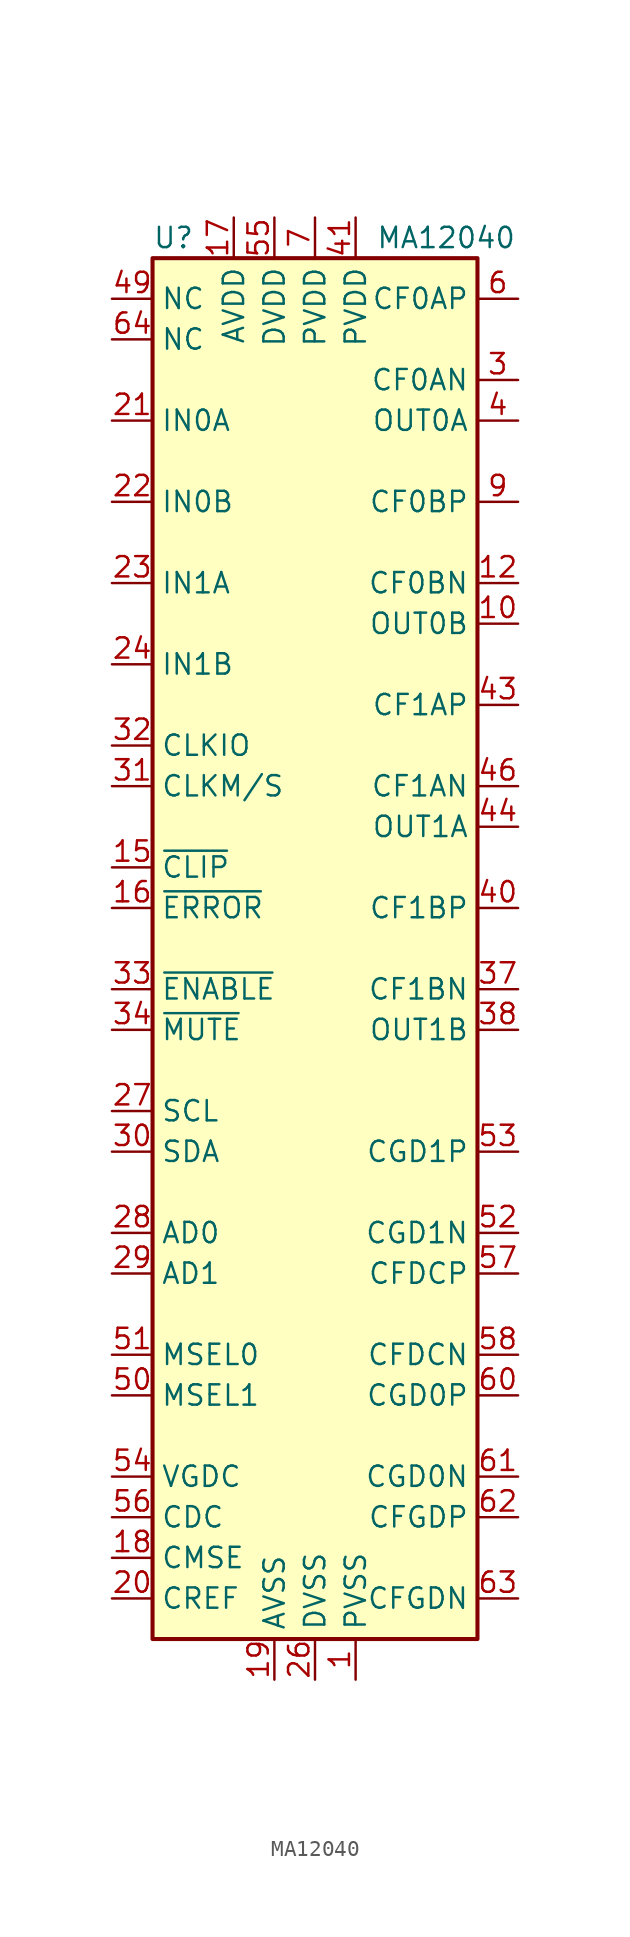
<source format=kicad_sym>
(kicad_symbol_lib
  (version 20211014)
  (generator kicad_symbol_editor)
  (symbol "MA12040"
    (property "Reference" "U"
      (at -10.16 44.45 0)
      (effects (font (size 1.27 1.27)) (justify left)))
    (property "Value" "MA12040"
      (at 3.81 44.45 0)
      (effects (font (size 1.27 1.27)) (justify left)))
    (symbol "MA12040_0_1"
      (rectangle (start -10.16 -43.18) (end 10.16 43.18) (stroke (width 0.254) (type default) (color 0 0 0 0)) (fill (type background))))
    (symbol "MA12040_1_1"
      (pin power_in line (at 2.54 -45.72 90) (length 2.54) (name "PVSS" (effects (font (size 1.27 1.27)))) (number "1" (effects (font (size 1.27 1.27)))))
      (pin output line (at 12.7 20.32 180) (length 2.54) (name "OUT0B" (effects (font (size 1.27 1.27)))) (number "10" (effects (font (size 1.27 1.27)))))
      (pin passive line (at 12.7 20.32 180) (length 2.54) hide (name "OUT0B" (effects (font (size 1.27 1.27)))) (number "11" (effects (font (size 1.27 1.27)))))
      (pin passive line (at 12.7 22.86 180) (length 2.54) (name "CF0BN" (effects (font (size 1.27 1.27)))) (number "12" (effects (font (size 1.27 1.27)))))
      (pin passive line (at 2.54 -45.72 90) (length 2.54) hide (name "PVSS" (effects (font (size 1.27 1.27)))) (number "13" (effects (font (size 1.27 1.27)))))
      (pin passive line (at 2.54 -45.72 90) (length 2.54) hide (name "PVSS" (effects (font (size 1.27 1.27)))) (number "14" (effects (font (size 1.27 1.27)))))
      (pin output line (at -12.7 5.08 0) (length 2.54) (name "~{CLIP}" (effects (font (size 1.27 1.27)))) (number "15" (effects (font (size 1.27 1.27)))))
      (pin output line (at -12.7 2.54 0) (length 2.54) (name "~{ERROR}" (effects (font (size 1.27 1.27)))) (number "16" (effects (font (size 1.27 1.27)))))
      (pin power_in line (at -5.08 45.72 270) (length 2.54) (name "AVDD" (effects (font (size 1.27 1.27)))) (number "17" (effects (font (size 1.27 1.27)))))
      (pin passive line (at -12.7 -38.1 0) (length 2.54) (name "CMSE" (effects (font (size 1.27 1.27)))) (number "18" (effects (font (size 1.27 1.27)))))
      (pin power_in line (at -2.54 -45.72 90) (length 2.54) (name "AVSS" (effects (font (size 1.27 1.27)))) (number "19" (effects (font (size 1.27 1.27)))))
      (pin passive line (at 2.54 -45.72 90) (length 2.54) hide (name "PVSS" (effects (font (size 1.27 1.27)))) (number "2" (effects (font (size 1.27 1.27)))))
      (pin passive line (at -12.7 -40.64 0) (length 2.54) (name "CREF" (effects (font (size 1.27 1.27)))) (number "20" (effects (font (size 1.27 1.27)))))
      (pin input line (at -12.7 33.02 0) (length 2.54) (name "IN0A" (effects (font (size 1.27 1.27)))) (number "21" (effects (font (size 1.27 1.27)))))
      (pin input line (at -12.7 27.94 0) (length 2.54) (name "IN0B" (effects (font (size 1.27 1.27)))) (number "22" (effects (font (size 1.27 1.27)))))
      (pin input line (at -12.7 22.86 0) (length 2.54) (name "IN1A" (effects (font (size 1.27 1.27)))) (number "23" (effects (font (size 1.27 1.27)))))
      (pin input line (at -12.7 17.78 0) (length 2.54) (name "IN1B" (effects (font (size 1.27 1.27)))) (number "24" (effects (font (size 1.27 1.27)))))
      (pin passive line (at -2.54 -45.72 90) (length 2.54) hide (name "AVSS" (effects (font (size 1.27 1.27)))) (number "25" (effects (font (size 1.27 1.27)))))
      (pin power_in line (at 0 -45.72 90) (length 2.54) (name "DVSS" (effects (font (size 1.27 1.27)))) (number "26" (effects (font (size 1.27 1.27)))))
      (pin input line (at -12.7 -10.16 0) (length 2.54) (name "SCL" (effects (font (size 1.27 1.27)))) (number "27" (effects (font (size 1.27 1.27)))))
      (pin input line (at -12.7 -17.78 0) (length 2.54) (name "AD0" (effects (font (size 1.27 1.27)))) (number "28" (effects (font (size 1.27 1.27)))))
      (pin input line (at -12.7 -20.32 0) (length 2.54) (name "AD1" (effects (font (size 1.27 1.27)))) (number "29" (effects (font (size 1.27 1.27)))))
      (pin passive line (at 12.7 35.56 180) (length 2.54) (name "CF0AN" (effects (font (size 1.27 1.27)))) (number "3" (effects (font (size 1.27 1.27)))))
      (pin bidirectional line (at -12.7 -12.7 0) (length 2.54) (name "SDA" (effects (font (size 1.27 1.27)))) (number "30" (effects (font (size 1.27 1.27)))))
      (pin input line (at -12.7 10.16 0) (length 2.54) (name "CLKM/S" (effects (font (size 1.27 1.27)))) (number "31" (effects (font (size 1.27 1.27)))))
      (pin bidirectional line (at -12.7 12.7 0) (length 2.54) (name "CLKIO" (effects (font (size 1.27 1.27)))) (number "32" (effects (font (size 1.27 1.27)))))
      (pin input line (at -12.7 -2.54 0) (length 2.54) (name "~{ENABLE}" (effects (font (size 1.27 1.27)))) (number "33" (effects (font (size 1.27 1.27)))))
      (pin input line (at -12.7 -5.08 0) (length 2.54) (name "~{MUTE}" (effects (font (size 1.27 1.27)))) (number "34" (effects (font (size 1.27 1.27)))))
      (pin passive line (at 2.54 -45.72 90) (length 2.54) hide (name "PVSS" (effects (font (size 1.27 1.27)))) (number "35" (effects (font (size 1.27 1.27)))))
      (pin passive line (at 2.54 -45.72 90) (length 2.54) hide (name "PVSS" (effects (font (size 1.27 1.27)))) (number "36" (effects (font (size 1.27 1.27)))))
      (pin passive line (at 12.7 -2.54 180) (length 2.54) (name "CF1BN" (effects (font (size 1.27 1.27)))) (number "37" (effects (font (size 1.27 1.27)))))
      (pin output line (at 12.7 -5.08 180) (length 2.54) (name "OUT1B" (effects (font (size 1.27 1.27)))) (number "38" (effects (font (size 1.27 1.27)))))
      (pin passive line (at 12.7 -5.08 180) (length 2.54) hide (name "OUT1B" (effects (font (size 1.27 1.27)))) (number "39" (effects (font (size 1.27 1.27)))))
      (pin output line (at 12.7 33.02 180) (length 2.54) (name "OUT0A" (effects (font (size 1.27 1.27)))) (number "4" (effects (font (size 1.27 1.27)))))
      (pin passive line (at 12.7 2.54 180) (length 2.54) (name "CF1BP" (effects (font (size 1.27 1.27)))) (number "40" (effects (font (size 1.27 1.27)))))
      (pin power_in line (at 2.54 45.72 270) (length 2.54) (name "PVDD" (effects (font (size 1.27 1.27)))) (number "41" (effects (font (size 1.27 1.27)))))
      (pin passive line (at 2.54 45.72 270) (length 2.54) hide (name "PVDD" (effects (font (size 1.27 1.27)))) (number "42" (effects (font (size 1.27 1.27)))))
      (pin passive line (at 12.7 15.24 180) (length 2.54) (name "CF1AP" (effects (font (size 1.27 1.27)))) (number "43" (effects (font (size 1.27 1.27)))))
      (pin output line (at 12.7 7.62 180) (length 2.54) (name "OUT1A" (effects (font (size 1.27 1.27)))) (number "44" (effects (font (size 1.27 1.27)))))
      (pin passive line (at 12.7 7.62 180) (length 2.54) hide (name "OUT1A" (effects (font (size 1.27 1.27)))) (number "45" (effects (font (size 1.27 1.27)))))
      (pin passive line (at 12.7 10.16 180) (length 2.54) (name "CF1AN" (effects (font (size 1.27 1.27)))) (number "46" (effects (font (size 1.27 1.27)))))
      (pin passive line (at 2.54 -45.72 90) (length 2.54) hide (name "PVSS" (effects (font (size 1.27 1.27)))) (number "47" (effects (font (size 1.27 1.27)))))
      (pin passive line (at 2.54 -45.72 90) (length 2.54) hide (name "PVSS" (effects (font (size 1.27 1.27)))) (number "48" (effects (font (size 1.27 1.27)))))
      (pin passive line (at -12.7 40.64 0) (length 2.54) (name "NC" (effects (font (size 1.27 1.27)))) (number "49" (effects (font (size 1.27 1.27)))))
      (pin passive line (at 12.7 33.02 180) (length 2.54) hide (name "OUT0A" (effects (font (size 1.27 1.27)))) (number "5" (effects (font (size 1.27 1.27)))))
      (pin input line (at -12.7 -27.94 0) (length 2.54) (name "MSEL1" (effects (font (size 1.27 1.27)))) (number "50" (effects (font (size 1.27 1.27)))))
      (pin input line (at -12.7 -25.4 0) (length 2.54) (name "MSEL0" (effects (font (size 1.27 1.27)))) (number "51" (effects (font (size 1.27 1.27)))))
      (pin passive line (at 12.7 -17.78 180) (length 2.54) (name "CGD1N" (effects (font (size 1.27 1.27)))) (number "52" (effects (font (size 1.27 1.27)))))
      (pin passive line (at 12.7 -12.7 180) (length 2.54) (name "CGD1P" (effects (font (size 1.27 1.27)))) (number "53" (effects (font (size 1.27 1.27)))))
      (pin passive line (at -12.7 -33.02 0) (length 2.54) (name "VGDC" (effects (font (size 1.27 1.27)))) (number "54" (effects (font (size 1.27 1.27)))))
      (pin power_in line (at -2.54 45.72 270) (length 2.54) (name "DVDD" (effects (font (size 1.27 1.27)))) (number "55" (effects (font (size 1.27 1.27)))))
      (pin passive line (at -12.7 -35.56 0) (length 2.54) (name "CDC" (effects (font (size 1.27 1.27)))) (number "56" (effects (font (size 1.27 1.27)))))
      (pin passive line (at 12.7 -20.32 180) (length 2.54) (name "CFDCP" (effects (font (size 1.27 1.27)))) (number "57" (effects (font (size 1.27 1.27)))))
      (pin passive line (at 12.7 -25.4 180) (length 2.54) (name "CFDCN" (effects (font (size 1.27 1.27)))) (number "58" (effects (font (size 1.27 1.27)))))
      (pin passive line (at 0 -45.72 90) (length 2.54) hide (name "DVSS" (effects (font (size 1.27 1.27)))) (number "59" (effects (font (size 1.27 1.27)))))
      (pin passive line (at 12.7 40.64 180) (length 2.54) (name "CF0AP" (effects (font (size 1.27 1.27)))) (number "6" (effects (font (size 1.27 1.27)))))
      (pin passive line (at 12.7 -27.94 180) (length 2.54) (name "CGD0P" (effects (font (size 1.27 1.27)))) (number "60" (effects (font (size 1.27 1.27)))))
      (pin passive line (at 12.7 -33.02 180) (length 2.54) (name "CGD0N" (effects (font (size 1.27 1.27)))) (number "61" (effects (font (size 1.27 1.27)))))
      (pin passive line (at 12.7 -35.56 180) (length 2.54) (name "CFGDP" (effects (font (size 1.27 1.27)))) (number "62" (effects (font (size 1.27 1.27)))))
      (pin passive line (at 12.7 -40.64 180) (length 2.54) (name "CFGDN" (effects (font (size 1.27 1.27)))) (number "63" (effects (font (size 1.27 1.27)))))
      (pin passive line (at -12.7 38.1 0) (length 2.54) (name "NC" (effects (font (size 1.27 1.27)))) (number "64" (effects (font (size 1.27 1.27)))))
      (pin power_in line (at 0 45.72 270) (length 2.54) (name "PVDD" (effects (font (size 1.27 1.27)))) (number "7" (effects (font (size 1.27 1.27)))))
      (pin passive line (at 0 45.72 270) (length 2.54) hide (name "PVDD" (effects (font (size 1.27 1.27)))) (number "8" (effects (font (size 1.27 1.27)))))
      (pin passive line (at 12.7 27.94 180) (length 2.54) (name "CF0BP" (effects (font (size 1.27 1.27)))) (number "9" (effects (font (size 1.27 1.27))))))))
</source>
